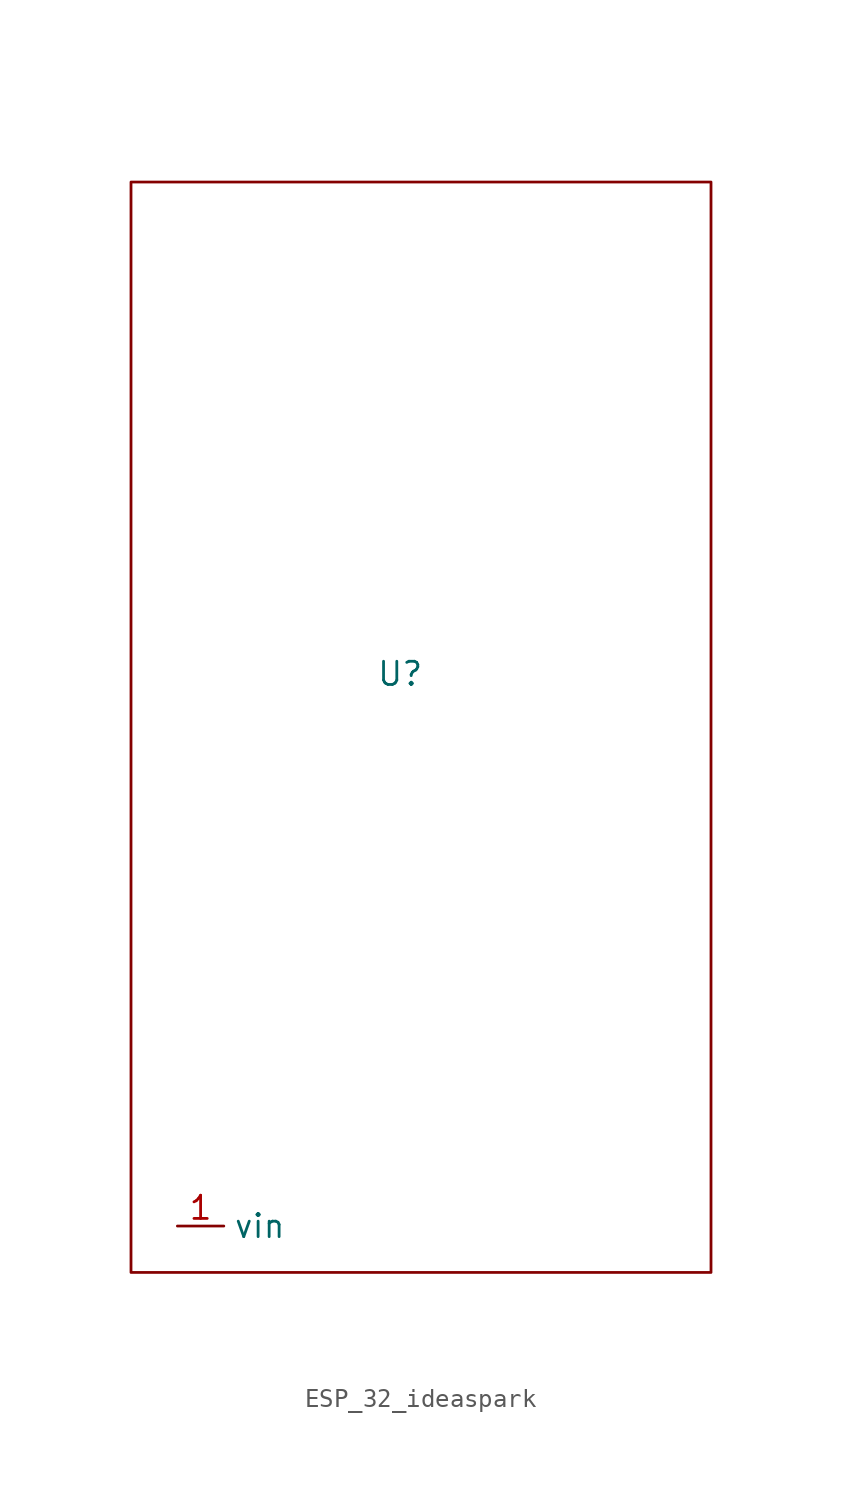
<source format=kicad_sym>
(kicad_symbol_lib
  (version 20241209)
  (generator "kicad_symbol_editor")
  (generator_version "9.0")
  (symbol "ESP_32_ideaspark"
    (property "Reference" "U"
      (at 10.922 -20.574 0)
      (effects (font (size 1.27 1.27))))
    (property "Value" ""
      (at 0 0 0)
      (effects (font (size 1.27 1.27))))
    (symbol "ESP_32_ideaspark_0_1"
      (rectangle (start -3.81 6.35) (end 27.94 -53.34) (stroke (width 0) (type default)) (fill (type none))))
    (symbol "ESP_32_ideaspark_1_1"
      (pin input line (at -1.27 -50.8 0) (length 2.54) (name "vin" (effects (font (size 1.27 1.27)))) (number "1" (effects (font (size 1.27 1.27))))))))
</source>
